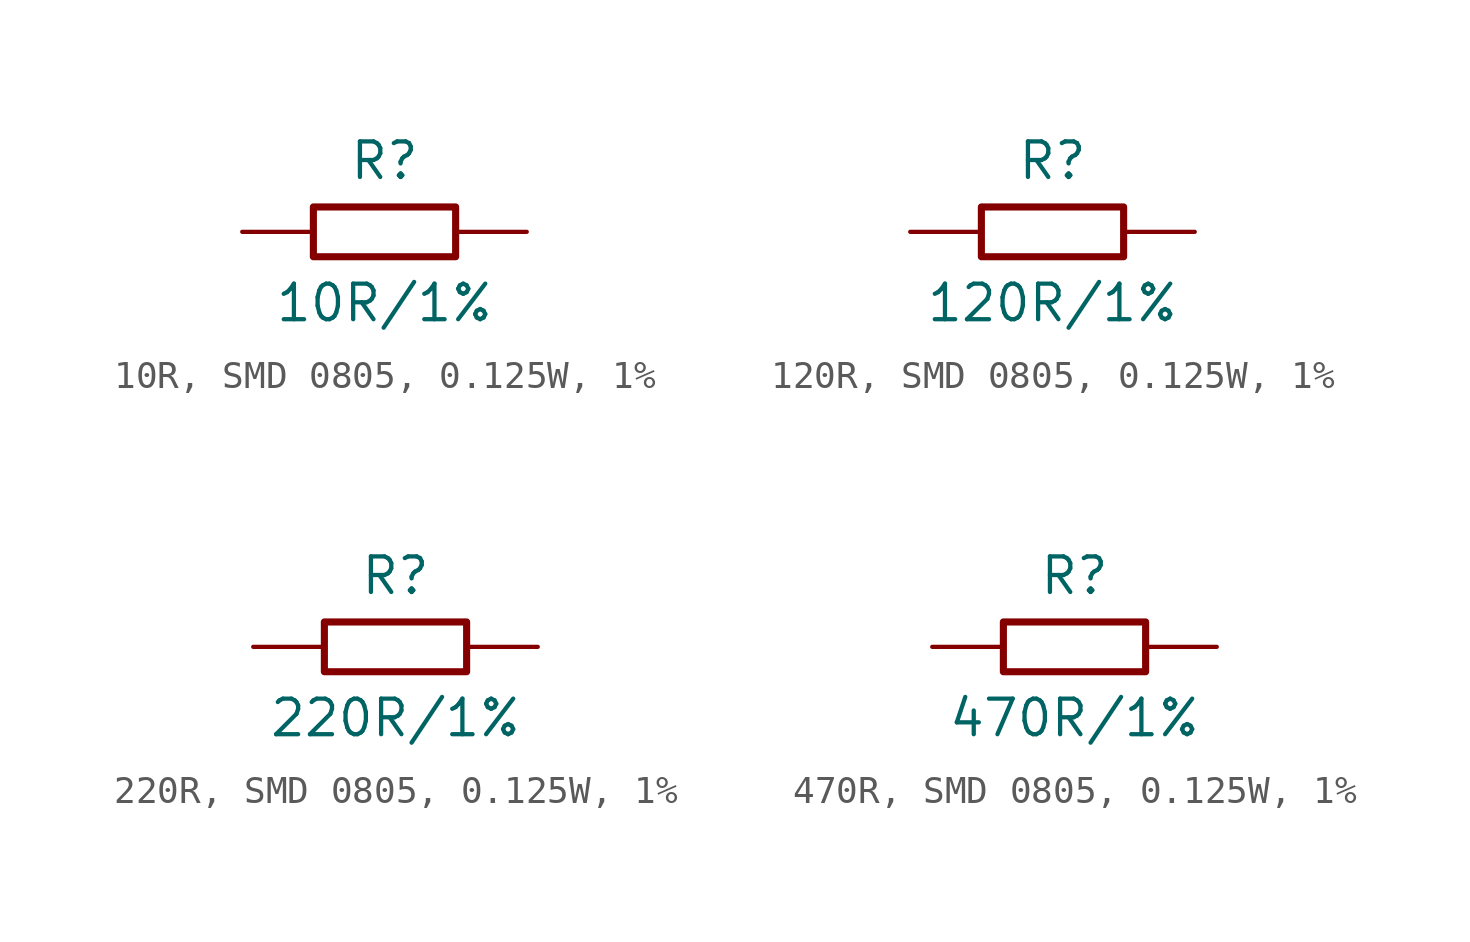
<source format=kicad_sym>
(kicad_symbol_lib
  (version 20241209)
  (generator "kicad_symbol_editor")
  (generator_version "9.0")
  (symbol "10R, SMD 0805, 0.125W, 1%"
    (pin_numbers
      (hide yes))
    (pin_names
      (offset 0)
      (hide yes))
    (property "Reference" "R"
      (at 0 2.54 0)
      (effects (font (size 1.27 1.27))))
    (property "Value" "10R/1%"
      (at 0 -2.54 0)
      (effects (font (size 1.27 1.27))))
    (symbol "10R, SMD 0805, 0.125W, 1%_0_1"
      (rectangle (start -2.54 0.889) (end 2.54 -0.889) (stroke (width 0.254) (type default)) (fill (type none))))
    (symbol "10R, SMD 0805, 0.125W, 1%_1_1"
      (pin passive line (at -5.08 0 0) (length 2.54) (name "1" (effects (font (size 1.27 1.27)))) (number "1" (effects (font (size 1.27 1.27)))))
      (pin passive line (at 5.08 0 180) (length 2.54) (name "2" (effects (font (size 1.27 1.27)))) (number "2" (effects (font (size 1.27 1.27)))))))
  (symbol "120R, SMD 0805, 0.125W, 1%"
    (pin_numbers
      (hide yes))
    (pin_names
      (offset 0)
      (hide yes))
    (property "Reference" "R"
      (at 0 2.54 0)
      (effects (font (size 1.27 1.27))))
    (property "Value" "120R/1%"
      (at 0 -2.54 0)
      (effects (font (size 1.27 1.27))))
    (symbol "120R, SMD 0805, 0.125W, 1%_0_1"
      (rectangle (start -2.54 0.889) (end 2.54 -0.889) (stroke (width 0.254) (type default)) (fill (type none))))
    (symbol "120R, SMD 0805, 0.125W, 1%_1_1"
      (pin passive line (at -5.08 0 0) (length 2.54) (name "1" (effects (font (size 1.27 1.27)))) (number "1" (effects (font (size 1.27 1.27)))))
      (pin passive line (at 5.08 0 180) (length 2.54) (name "2" (effects (font (size 1.27 1.27)))) (number "2" (effects (font (size 1.27 1.27)))))))
  (symbol "220R, SMD 0805, 0.125W, 1%"
    (pin_numbers
      (hide yes))
    (pin_names
      (offset 0)
      (hide yes))
    (property "Reference" "R"
      (at 0 2.54 0)
      (effects (font (size 1.27 1.27))))
    (property "Value" "220R/1%"
      (at 0 -2.54 0)
      (effects (font (size 1.27 1.27))))
    (symbol "220R, SMD 0805, 0.125W, 1%_0_1"
      (rectangle (start -2.54 0.889) (end 2.54 -0.889) (stroke (width 0.254) (type default)) (fill (type none))))
    (symbol "220R, SMD 0805, 0.125W, 1%_1_1"
      (pin passive line (at -5.08 0 0) (length 2.54) (name "1" (effects (font (size 1.27 1.27)))) (number "1" (effects (font (size 1.27 1.27)))))
      (pin passive line (at 5.08 0 180) (length 2.54) (name "2" (effects (font (size 1.27 1.27)))) (number "2" (effects (font (size 1.27 1.27)))))))
  (symbol "470R, SMD 0805, 0.125W, 1%"
    (pin_numbers
      (hide yes))
    (pin_names
      (offset 0)
      (hide yes))
    (property "Reference" "R"
      (at 0 2.54 0)
      (effects (font (size 1.27 1.27))))
    (property "Value" "470R/1%"
      (at 0 -2.54 0)
      (effects (font (size 1.27 1.27))))
    (symbol "470R, SMD 0805, 0.125W, 1%_0_1"
      (rectangle (start -2.54 0.889) (end 2.54 -0.889) (stroke (width 0.254) (type default)) (fill (type none))))
    (symbol "470R, SMD 0805, 0.125W, 1%_1_1"
      (pin passive line (at -5.08 0 0) (length 2.54) (name "1" (effects (font (size 1.27 1.27)))) (number "1" (effects (font (size 1.27 1.27)))))
      (pin passive line (at 5.08 0 180) (length 2.54) (name "2" (effects (font (size 1.27 1.27)))) (number "2" (effects (font (size 1.27 1.27))))))))
</source>
